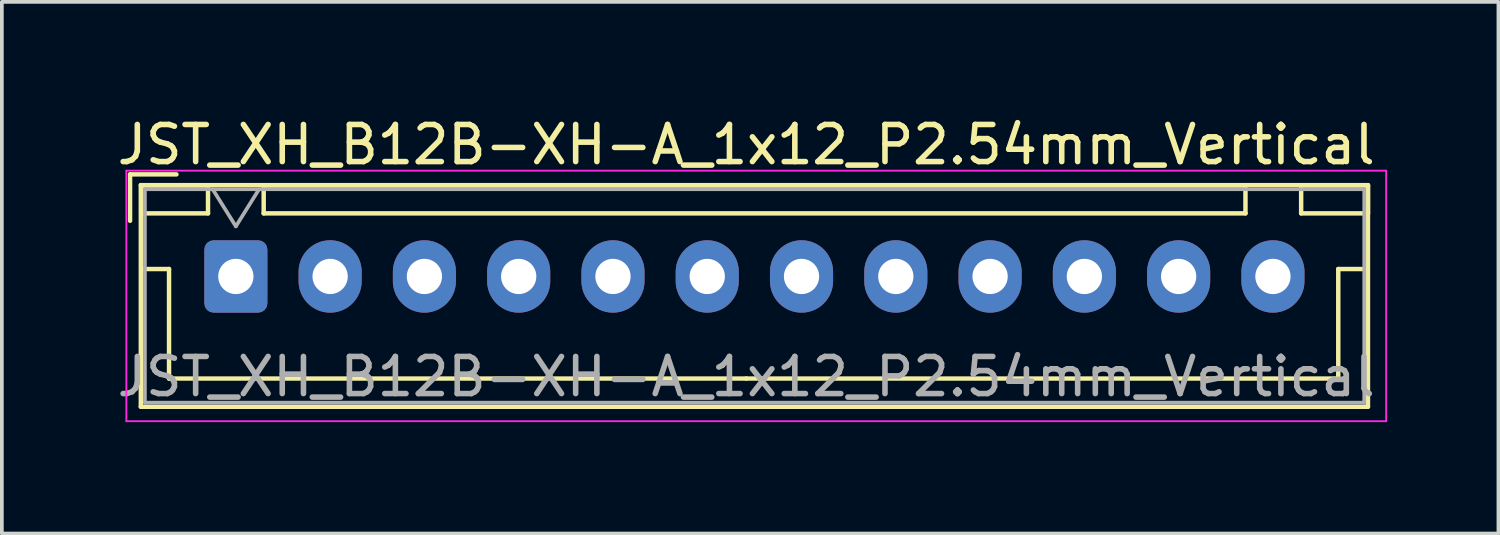
<source format=kicad_pcb>
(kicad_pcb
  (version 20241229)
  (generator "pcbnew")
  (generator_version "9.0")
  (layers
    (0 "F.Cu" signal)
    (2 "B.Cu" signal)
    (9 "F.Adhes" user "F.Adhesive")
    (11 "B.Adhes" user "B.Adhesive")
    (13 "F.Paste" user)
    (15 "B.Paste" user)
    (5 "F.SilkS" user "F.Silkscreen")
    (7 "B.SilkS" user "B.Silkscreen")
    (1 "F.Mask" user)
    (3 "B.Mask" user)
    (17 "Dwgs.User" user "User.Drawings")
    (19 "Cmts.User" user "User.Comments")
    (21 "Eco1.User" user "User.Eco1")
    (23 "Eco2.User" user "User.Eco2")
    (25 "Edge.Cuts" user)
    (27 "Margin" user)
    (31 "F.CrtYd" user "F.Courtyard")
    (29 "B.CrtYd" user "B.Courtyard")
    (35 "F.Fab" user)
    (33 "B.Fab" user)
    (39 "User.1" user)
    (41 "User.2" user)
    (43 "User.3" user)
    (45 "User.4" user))
  (footprint "JST_XH_B12B-XH-A_1x12_P2.54mm_Vertical"
    (layer "F.Cu")
    (at 3.304 4.398)
    (property "Reference" "JST_XH_B12B-XH-A_1x12_P2.54mm_Vertical" (at 13.75 -3.55 0) (layer "F.SilkS") (effects (font (size 1 1) (thickness 0.15))))
    (attr through_hole)
    (fp_line (start -2.85 -2.75) (end -2.85 -1.5) (stroke (width 0.12) (type solid)) (layer "F.SilkS"))
    (fp_line (start -2.56 -2.46) (end -2.56 3.51) (stroke (width 0.12) (type solid)) (layer "F.SilkS"))
    (fp_line (start -2.56 3.51) (end 30.5 3.51) (stroke (width 0.12) (type solid)) (layer "F.SilkS"))
    (fp_line (start -2.55 -2.45) (end -2.55 -1.7) (stroke (width 0.12) (type solid)) (layer "F.SilkS"))
    (fp_line (start -2.55 -1.7) (end -0.75 -1.7) (stroke (width 0.12) (type solid)) (layer "F.SilkS"))
    (fp_line (start -2.55 -0.2) (end -1.8 -0.2) (stroke (width 0.12) (type solid)) (layer "F.SilkS"))
    (fp_line (start -1.8 -0.2) (end -1.8 2.75) (stroke (width 0.12) (type solid)) (layer "F.SilkS"))
    (fp_line (start -1.8 2.75) (end 13.75 2.75) (stroke (width 0.12) (type solid)) (layer "F.SilkS"))
    (fp_line (start -1.6 -2.75) (end -2.85 -2.75) (stroke (width 0.12) (type solid)) (layer "F.SilkS"))
    (fp_line (start -0.75 -2.45) (end -2.55 -2.45) (stroke (width 0.12) (type solid)) (layer "F.SilkS"))
    (fp_line (start -0.75 -1.7) (end -0.75 -2.45) (stroke (width 0.12) (type solid)) (layer "F.SilkS"))
    (fp_line (start 0.75 -2.45) (end 0.75 -1.7) (stroke (width 0.12) (type solid)) (layer "F.SilkS"))
    (fp_line (start 0.75 -1.7) (end 27.2 -1.7) (stroke (width 0.12) (type solid)) (layer "F.SilkS"))
    (fp_line (start 27.2 -2.45) (end 0.75 -2.45) (stroke (width 0.12) (type solid)) (layer "F.SilkS"))
    (fp_line (start 27.2 -1.7) (end 27.2 -2.45) (stroke (width 0.12) (type solid)) (layer "F.SilkS"))
    (fp_line (start 28.7 -2.45) (end 28.7 -1.7) (stroke (width 0.12) (type solid)) (layer "F.SilkS"))
    (fp_line (start 28.7 -1.7) (end 30.5 -1.7) (stroke (width 0.12) (type solid)) (layer "F.SilkS"))
    (fp_line (start 29.7 -0.2) (end 29.7 2.75) (stroke (width 0.12) (type solid)) (layer "F.SilkS"))
    (fp_line (start 29.7 2.75) (end 13.75 2.75) (stroke (width 0.12) (type solid)) (layer "F.SilkS"))
    (fp_line (start 30.45 -0.2) (end 29.7 -0.2) (stroke (width 0.12) (type solid)) (layer "F.SilkS"))
    (fp_line (start 30.5 -2.46) (end -2.56 -2.46) (stroke (width 0.12) (type solid)) (layer "F.SilkS"))
    (fp_line (start 30.5 -2.45) (end 28.7 -2.45) (stroke (width 0.12) (type solid)) (layer "F.SilkS"))
    (fp_line (start 30.5 -1.7) (end 30.5 -2.45) (stroke (width 0.12) (type solid)) (layer "F.SilkS"))
    (fp_line (start 30.5 3.51) (end 30.5 -2.46) (stroke (width 0.12) (type solid)) (layer "F.SilkS"))
    (fp_line (start -2.95 -2.85) (end -2.95 3.9) (stroke (width 0.05) (type solid)) (layer "F.CrtYd"))
    (fp_line (start -2.95 3.9) (end 30.99 3.9) (stroke (width 0.05) (type solid)) (layer "F.CrtYd"))
    (fp_line (start 30.99 -2.85) (end -2.95 -2.85) (stroke (width 0.05) (type solid)) (layer "F.CrtYd"))
    (fp_line (start 30.99 3.9) (end 30.99 -2.85) (stroke (width 0.05) (type solid)) (layer "F.CrtYd"))
    (fp_line (start -2.45 -2.35) (end -2.45 3.4) (stroke (width 0.1) (type solid)) (layer "F.Fab"))
    (fp_line (start -2.45 3.4) (end 30.4 3.4) (stroke (width 0.1) (type solid)) (layer "F.Fab"))
    (fp_line (start -0.625 -2.35) (end 0 -1.35) (stroke (width 0.1) (type solid)) (layer "F.Fab"))
    (fp_line (start 0 -1.35) (end 0.625 -2.35) (stroke (width 0.1) (type solid)) (layer "F.Fab"))
    (fp_line (start 30.4 -2.35) (end -2.45 -2.35) (stroke (width 0.1) (type solid)) (layer "F.Fab"))
    (fp_line (start 30.4 3.4) (end 30.4 -2.35) (stroke (width 0.1) (type solid)) (layer "F.Fab"))
    (fp_text user "${REFERENCE}" (at 13.75 2.7 0) (layer "F.Fab") (effects (font (size 1 1) (thickness 0.15))))
    (pad "1" thru_hole roundrect (at 0 0) (size 1.7 1.95) (drill 0.95) (layers "*.Cu" "*.Mask") (roundrect_rratio 0.147))
    (pad "2" thru_hole oval (at 2.54 0) (size 1.7 1.95) (drill 0.95) (layers "*.Cu" "*.Mask"))
    (pad "3" thru_hole oval (at 5.08 0) (size 1.7 1.95) (drill 0.95) (layers "*.Cu" "*.Mask"))
    (pad "4" thru_hole oval (at 7.62 0) (size 1.7 1.95) (drill 0.95) (layers "*.Cu" "*.Mask"))
    (pad "5" thru_hole oval (at 10.16 0) (size 1.7 1.95) (drill 0.95) (layers "*.Cu" "*.Mask"))
    (pad "6" thru_hole oval (at 12.7 0) (size 1.7 1.95) (drill 0.95) (layers "*.Cu" "*.Mask"))
    (pad "7" thru_hole oval (at 15.24 0) (size 1.7 1.95) (drill 0.95) (layers "*.Cu" "*.Mask"))
    (pad "8" thru_hole oval (at 17.78 0) (size 1.7 1.95) (drill 0.95) (layers "*.Cu" "*.Mask"))
    (pad "9" thru_hole oval (at 20.32 0) (size 1.7 1.95) (drill 0.95) (layers "*.Cu" "*.Mask"))
    (pad "10" thru_hole oval (at 22.86 0) (size 1.7 1.95) (drill 0.95) (layers "*.Cu" "*.Mask"))
    (pad "11" thru_hole oval (at 25.4 0) (size 1.7 1.95) (drill 0.95) (layers "*.Cu" "*.Mask"))
    (pad "12" thru_hole oval (at 27.94 0) (size 1.7 1.95) (drill 0.95) (layers "*.Cu" "*.Mask")))
  (gr_rect
    (start -3 -3)
    (end 37.319 11.323)
    (stroke (width 0.1) (type default))
    (fill no)
    (layer "Edge.Cuts")))
</source>
